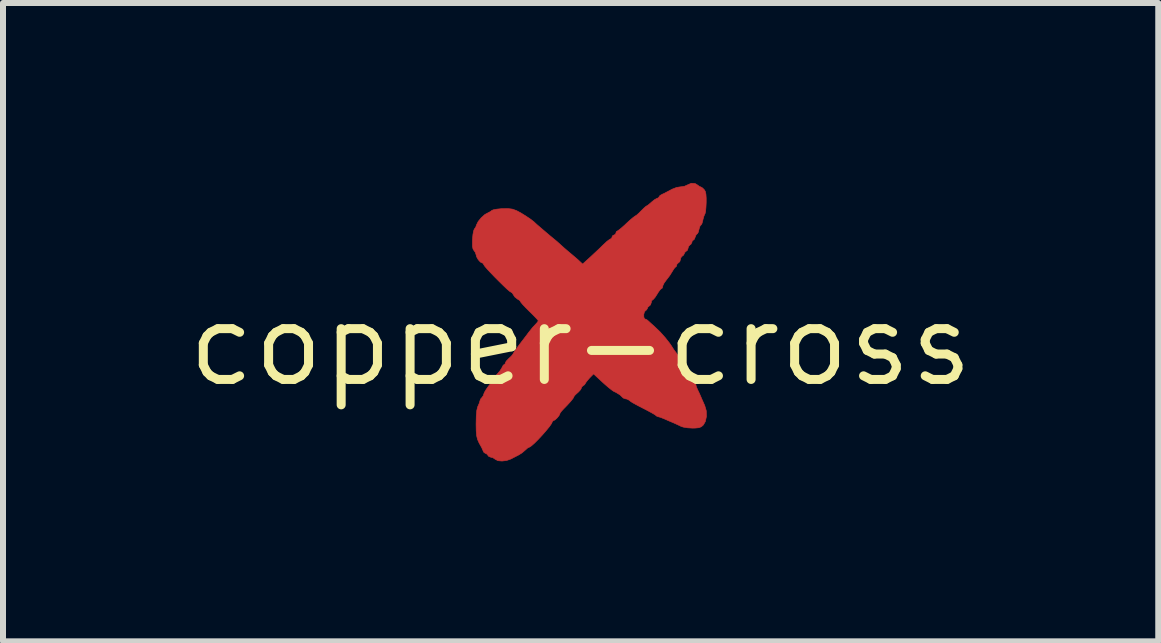
<source format=kicad_pcb>
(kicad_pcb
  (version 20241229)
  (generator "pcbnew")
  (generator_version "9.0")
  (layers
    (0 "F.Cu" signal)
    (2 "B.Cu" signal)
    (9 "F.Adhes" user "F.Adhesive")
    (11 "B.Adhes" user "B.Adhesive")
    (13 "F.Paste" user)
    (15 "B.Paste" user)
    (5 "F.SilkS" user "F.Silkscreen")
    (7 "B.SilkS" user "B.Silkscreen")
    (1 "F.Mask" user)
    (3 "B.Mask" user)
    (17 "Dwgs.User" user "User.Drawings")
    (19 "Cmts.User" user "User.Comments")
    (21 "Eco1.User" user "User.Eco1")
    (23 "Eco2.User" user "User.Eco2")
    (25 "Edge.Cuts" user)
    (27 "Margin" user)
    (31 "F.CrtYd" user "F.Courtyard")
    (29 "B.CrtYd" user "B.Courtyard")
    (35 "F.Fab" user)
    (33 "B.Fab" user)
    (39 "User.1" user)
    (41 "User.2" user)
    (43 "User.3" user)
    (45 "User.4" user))
  (footprint "copper-cross"
    (layer "F.Cu")
    (at 6.629 2.696)
    (property "Reference" "copper-cross" (at 0 0 0) (layer "F.SilkS") (effects (font (size 1.27 1.27) (thickness 0.15))))
    (attr through_hole)
    (fp_poly (pts (xy 1.91 -2.686) (xy 1.949 -2.662) (xy 1.983 -2.637) (xy 2 -2.631) (xy 2.027 -2.617) (xy 2.058 -2.588) (xy 2.078 -2.557) (xy 2.089 -2.512) (xy 2.094 -2.443) (xy 2.094 -2.375) (xy 2.09 -2.292) (xy 2.084 -2.224) (xy 2.075 -2.184) (xy 2.072 -2.179) (xy 2.056 -2.143) (xy 2.04 -2.086) (xy 2.038 -2.075) (xy 2.025 -2.024) (xy 2.01 -1.997) (xy 2.006 -1.996) (xy 1.991 -1.977) (xy 1.976 -1.932) (xy 1.974 -1.922) (xy 1.961 -1.873) (xy 1.945 -1.848) (xy 1.943 -1.848) (xy 1.925 -1.83) (xy 1.911 -1.795) (xy 1.894 -1.755) (xy 1.877 -1.742) (xy 1.859 -1.725) (xy 1.857 -1.709) (xy 1.839 -1.674) (xy 1.825 -1.665) (xy 1.798 -1.636) (xy 1.793 -1.612) (xy 1.779 -1.572) (xy 1.761 -1.559) (xy 1.733 -1.534) (xy 1.73 -1.519) (xy 1.713 -1.489) (xy 1.698 -1.48) (xy 1.672 -1.451) (xy 1.666 -1.424) (xy 1.653 -1.383) (xy 1.634 -1.368) (xy 1.606 -1.342) (xy 1.603 -1.327) (xy 1.593 -1.3) (xy 1.586 -1.297) (xy 1.567 -1.28) (xy 1.539 -1.238) (xy 1.529 -1.221) (xy 1.485 -1.151) (xy 1.434 -1.084) (xy 1.429 -1.078) (xy 1.392 -1.027) (xy 1.371 -0.983) (xy 1.37 -0.974) (xy 1.361 -0.943) (xy 1.351 -0.937) (xy 1.33 -0.921) (xy 1.298 -0.878) (xy 1.276 -0.842) (xy 1.241 -0.788) (xy 1.211 -0.754) (xy 1.2 -0.747) (xy 1.183 -0.729) (xy 1.179 -0.704) (xy 1.165 -0.663) (xy 1.148 -0.649) (xy 1.119 -0.623) (xy 1.116 -0.609) (xy 1.099 -0.579) (xy 1.084 -0.57) (xy 1.064 -0.546) (xy 1.053 -0.503) (xy 1.054 -0.459) (xy 1.066 -0.432) (xy 1.073 -0.429) (xy 1.104 -0.416) (xy 1.133 -0.392) (xy 1.175 -0.353) (xy 1.228 -0.306) (xy 1.234 -0.3) (xy 1.324 -0.214) (xy 1.411 -0.117) (xy 1.485 -0.023) (xy 1.518 0.026) (xy 1.551 0.078) (xy 1.577 0.114) (xy 1.583 0.121) (xy 1.601 0.145) (xy 1.629 0.193) (xy 1.645 0.221) (xy 1.675 0.274) (xy 1.7 0.306) (xy 1.708 0.311) (xy 1.728 0.329) (xy 1.737 0.348) (xy 1.759 0.399) (xy 1.771 0.423) (xy 1.811 0.491) (xy 1.835 0.535) (xy 1.85 0.565) (xy 1.879 0.604) (xy 1.892 0.614) (xy 1.917 0.646) (xy 1.92 0.66) (xy 1.929 0.699) (xy 1.95 0.749) (xy 1.98 0.811) (xy 2.01 0.88) (xy 2.011 0.883) (xy 2.041 0.951) (xy 2.069 1.014) (xy 2.07 1.016) (xy 2.095 1.102) (xy 2.098 1.195) (xy 2.08 1.28) (xy 2.047 1.338) (xy 2.013 1.368) (xy 1.973 1.384) (xy 1.912 1.39) (xy 1.865 1.391) (xy 1.784 1.386) (xy 1.711 1.374) (xy 1.673 1.361) (xy 1.611 1.331) (xy 1.542 1.3) (xy 1.539 1.299) (xy 1.466 1.268) (xy 1.391 1.235) (xy 1.388 1.234) (xy 1.333 1.212) (xy 1.294 1.201) (xy 1.289 1.2) (xy 1.262 1.188) (xy 1.26 1.185) (xy 1.24 1.168) (xy 1.19 1.139) (xy 1.12 1.101) (xy 1.088 1.084) (xy 0.986 1.032) (xy 0.915 0.994) (xy 0.868 0.968) (xy 0.838 0.949) (xy 0.818 0.933) (xy 0.813 0.928) (xy 0.773 0.907) (xy 0.753 0.904) (xy 0.712 0.89) (xy 0.699 0.878) (xy 0.658 0.838) (xy 0.59 0.796) (xy 0.555 0.78) (xy 0.521 0.757) (xy 0.466 0.714) (xy 0.399 0.656) (xy 0.364 0.624) (xy 0.216 0.487) (xy 0.147 0.558) (xy 0.107 0.605) (xy 0.082 0.639) (xy 0.079 0.648) (xy 0.062 0.671) (xy 0.047 0.679) (xy 0.019 0.705) (xy 0.015 0.719) (xy 0 0.75) (xy -0.037 0.79) (xy -0.047 0.799) (xy -0.088 0.836) (xy -0.11 0.863) (xy -0.111 0.867) (xy -0.126 0.896) (xy -0.166 0.946) (xy -0.225 1.011) (xy -0.276 1.063) (xy -0.317 1.107) (xy -0.342 1.141) (xy -0.345 1.15) (xy -0.36 1.183) (xy -0.393 1.223) (xy -0.428 1.255) (xy -0.449 1.264) (xy -0.471 1.28) (xy -0.472 1.287) (xy -0.486 1.318) (xy -0.523 1.37) (xy -0.577 1.436) (xy -0.64 1.508) (xy -0.706 1.579) (xy -0.768 1.641) (xy -0.819 1.686) (xy -0.851 1.708) (xy -0.855 1.708) (xy -0.883 1.722) (xy -0.921 1.756) (xy -0.923 1.758) (xy -0.977 1.804) (xy -1.033 1.839) (xy -1.099 1.873) (xy -1.163 1.906) (xy -1.233 1.931) (xy -1.31 1.94) (xy -1.378 1.934) (xy -1.423 1.911) (xy -1.424 1.91) (xy -1.466 1.882) (xy -1.491 1.878) (xy -1.531 1.863) (xy -1.544 1.846) (xy -1.569 1.818) (xy -1.583 1.814) (xy -1.611 1.797) (xy -1.622 1.777) (xy -1.644 1.726) (xy -1.653 1.708) (xy -1.692 1.639) (xy -1.718 1.58) (xy -1.733 1.518) (xy -1.74 1.442) (xy -1.742 1.339) (xy -1.742 1.314) (xy -1.739 1.187) (xy -1.731 1.097) (xy -1.716 1.037) (xy -1.71 1.023) (xy -1.688 0.973) (xy -1.678 0.936) (xy -1.678 0.936) (xy -1.663 0.901) (xy -1.646 0.883) (xy -1.62 0.846) (xy -1.615 0.825) (xy -1.602 0.793) (xy -1.572 0.743) (xy -1.532 0.687) (xy -1.493 0.639) (xy -1.464 0.612) (xy -1.461 0.611) (xy -1.447 0.587) (xy -1.445 0.575) (xy -1.432 0.542) (xy -1.397 0.497) (xy -1.384 0.483) (xy -1.341 0.432) (xy -1.312 0.385) (xy -1.308 0.376) (xy -1.289 0.341) (xy -1.275 0.333) (xy -1.256 0.316) (xy -1.255 0.305) (xy -1.24 0.275) (xy -1.202 0.235) (xy -1.192 0.226) (xy -1.152 0.188) (xy -1.13 0.161) (xy -1.129 0.158) (xy -1.116 0.135) (xy -1.084 0.087) (xy -1.037 0.022) (xy -1.012 -0.012) (xy -0.953 -0.089) (xy -0.898 -0.161) (xy -0.857 -0.216) (xy -0.847 -0.228) (xy -0.801 -0.286) (xy -0.753 -0.337) (xy -0.752 -0.338) (xy -0.719 -0.375) (xy -0.705 -0.398) (xy -0.705 -0.398) (xy -0.719 -0.418) (xy -0.757 -0.459) (xy -0.813 -0.516) (xy -0.853 -0.555) (xy -0.916 -0.618) (xy -0.966 -0.671) (xy -0.996 -0.707) (xy -1.001 -0.718) (xy -1.018 -0.74) (xy -1.049 -0.758) (xy -1.095 -0.794) (xy -1.117 -0.826) (xy -1.14 -0.863) (xy -1.158 -0.874) (xy -1.181 -0.888) (xy -1.227 -0.927) (xy -1.287 -0.984) (xy -1.357 -1.053) (xy -1.43 -1.126) (xy -1.498 -1.197) (xy -1.556 -1.259) (xy -1.597 -1.307) (xy -1.614 -1.333) (xy -1.614 -1.334) (xy -1.629 -1.359) (xy -1.638 -1.361) (xy -1.671 -1.378) (xy -1.707 -1.418) (xy -1.734 -1.466) (xy -1.741 -1.495) (xy -1.756 -1.54) (xy -1.776 -1.567) (xy -1.794 -1.596) (xy -1.803 -1.642) (xy -1.803 -1.715) (xy -1.802 -1.757) (xy -1.795 -1.835) (xy -1.784 -1.895) (xy -1.772 -1.927) (xy -1.771 -1.928) (xy -1.749 -1.958) (xy -1.735 -1.998) (xy -1.707 -2.054) (xy -1.656 -2.116) (xy -1.596 -2.17) (xy -1.542 -2.199) (xy -1.5 -2.221) (xy -1.483 -2.236) (xy -1.456 -2.248) (xy -1.399 -2.259) (xy -1.322 -2.267) (xy -1.311 -2.267) (xy -1.211 -2.269) (xy -1.138 -2.26) (xy -1.076 -2.238) (xy -1.072 -2.237) (xy -0.997 -2.197) (xy -0.913 -2.145) (xy -0.834 -2.092) (xy -0.775 -2.046) (xy -0.768 -2.039) (xy -0.728 -2.002) (xy -0.665 -1.948) (xy -0.589 -1.883) (xy -0.51 -1.816) (xy -0.458 -1.773) (xy -0.396 -1.722) (xy -0.338 -1.67) (xy -0.324 -1.657) (xy -0.275 -1.613) (xy -0.211 -1.558) (xy -0.174 -1.527) (xy -0.11 -1.473) (xy -0.049 -1.421) (xy -0.023 -1.397) (xy 0.034 -1.344) (xy 0.165 -1.463) (xy 0.241 -1.534) (xy 0.319 -1.607) (xy 0.382 -1.669) (xy 0.387 -1.673) (xy 0.438 -1.721) (xy 0.481 -1.753) (xy 0.5 -1.763) (xy 0.521 -1.78) (xy 0.523 -1.795) (xy 0.54 -1.823) (xy 0.555 -1.826) (xy 0.583 -1.843) (xy 0.587 -1.858) (xy 0.597 -1.886) (xy 0.605 -1.89) (xy 0.628 -1.904) (xy 0.674 -1.94) (xy 0.733 -1.992) (xy 0.759 -2.017) (xy 0.821 -2.074) (xy 0.872 -2.117) (xy 0.904 -2.141) (xy 0.909 -2.144) (xy 0.932 -2.158) (xy 0.973 -2.194) (xy 1.007 -2.229) (xy 1.054 -2.275) (xy 1.089 -2.306) (xy 1.101 -2.313) (xy 1.123 -2.326) (xy 1.163 -2.359) (xy 1.183 -2.377) (xy 1.231 -2.416) (xy 1.27 -2.438) (xy 1.279 -2.44) (xy 1.304 -2.454) (xy 1.306 -2.462) (xy 1.323 -2.486) (xy 1.354 -2.504) (xy 1.405 -2.528) (xy 1.433 -2.543) (xy 1.528 -2.593) (xy 1.6 -2.621) (xy 1.661 -2.631) (xy 1.669 -2.631) (xy 1.732 -2.641) (xy 1.781 -2.663) (xy 1.845 -2.691) (xy 1.91 -2.686)) (stroke (width 0.01) (type solid)) (fill yes) (layer "F.Cu"))
    (fp_poly (pts (xy 1.91 -2.686) (xy 1.949 -2.662) (xy 1.983 -2.637) (xy 2 -2.631) (xy 2.027 -2.617) (xy 2.058 -2.588) (xy 2.078 -2.557) (xy 2.089 -2.512) (xy 2.094 -2.443) (xy 2.094 -2.375) (xy 2.09 -2.292) (xy 2.084 -2.224) (xy 2.075 -2.184) (xy 2.072 -2.179) (xy 2.056 -2.143) (xy 2.04 -2.086) (xy 2.038 -2.075) (xy 2.025 -2.024) (xy 2.01 -1.997) (xy 2.006 -1.996) (xy 1.991 -1.977) (xy 1.976 -1.932) (xy 1.974 -1.922) (xy 1.961 -1.873) (xy 1.945 -1.848) (xy 1.943 -1.848) (xy 1.925 -1.83) (xy 1.911 -1.795) (xy 1.894 -1.755) (xy 1.877 -1.742) (xy 1.859 -1.725) (xy 1.857 -1.709) (xy 1.839 -1.674) (xy 1.825 -1.665) (xy 1.798 -1.636) (xy 1.793 -1.612) (xy 1.779 -1.572) (xy 1.761 -1.559) (xy 1.733 -1.534) (xy 1.73 -1.519) (xy 1.713 -1.489) (xy 1.698 -1.48) (xy 1.672 -1.451) (xy 1.666 -1.424) (xy 1.653 -1.383) (xy 1.634 -1.368) (xy 1.606 -1.342) (xy 1.603 -1.327) (xy 1.593 -1.3) (xy 1.586 -1.297) (xy 1.567 -1.28) (xy 1.539 -1.238) (xy 1.529 -1.221) (xy 1.485 -1.151) (xy 1.434 -1.084) (xy 1.429 -1.078) (xy 1.392 -1.027) (xy 1.371 -0.983) (xy 1.37 -0.974) (xy 1.361 -0.943) (xy 1.351 -0.937) (xy 1.33 -0.921) (xy 1.298 -0.878) (xy 1.276 -0.842) (xy 1.241 -0.788) (xy 1.211 -0.754) (xy 1.2 -0.747) (xy 1.183 -0.729) (xy 1.179 -0.704) (xy 1.165 -0.663) (xy 1.148 -0.649) (xy 1.119 -0.623) (xy 1.116 -0.609) (xy 1.099 -0.579) (xy 1.084 -0.57) (xy 1.064 -0.546) (xy 1.053 -0.503) (xy 1.054 -0.459) (xy 1.066 -0.432) (xy 1.073 -0.429) (xy 1.104 -0.416) (xy 1.133 -0.392) (xy 1.175 -0.353) (xy 1.228 -0.306) (xy 1.234 -0.3) (xy 1.324 -0.214) (xy 1.411 -0.117) (xy 1.485 -0.023) (xy 1.518 0.026) (xy 1.551 0.078) (xy 1.577 0.114) (xy 1.583 0.121) (xy 1.601 0.145) (xy 1.629 0.193) (xy 1.645 0.221) (xy 1.675 0.274) (xy 1.7 0.306) (xy 1.708 0.311) (xy 1.728 0.329) (xy 1.737 0.348) (xy 1.759 0.399) (xy 1.771 0.423) (xy 1.811 0.491) (xy 1.835 0.535) (xy 1.85 0.565) (xy 1.879 0.604) (xy 1.892 0.614) (xy 1.917 0.646) (xy 1.92 0.66) (xy 1.929 0.699) (xy 1.95 0.749) (xy 1.98 0.811) (xy 2.01 0.88) (xy 2.011 0.883) (xy 2.041 0.951) (xy 2.069 1.014) (xy 2.07 1.016) (xy 2.095 1.102) (xy 2.098 1.195) (xy 2.08 1.28) (xy 2.047 1.338) (xy 2.013 1.368) (xy 1.973 1.384) (xy 1.912 1.39) (xy 1.865 1.391) (xy 1.784 1.386) (xy 1.711 1.374) (xy 1.673 1.361) (xy 1.611 1.331) (xy 1.542 1.3) (xy 1.539 1.299) (xy 1.466 1.268) (xy 1.391 1.235) (xy 1.388 1.234) (xy 1.333 1.212) (xy 1.294 1.201) (xy 1.289 1.2) (xy 1.262 1.188) (xy 1.26 1.185) (xy 1.24 1.168) (xy 1.19 1.139) (xy 1.12 1.101) (xy 1.088 1.084) (xy 0.986 1.032) (xy 0.915 0.994) (xy 0.868 0.968) (xy 0.838 0.949) (xy 0.818 0.933) (xy 0.813 0.928) (xy 0.773 0.907) (xy 0.753 0.904) (xy 0.712 0.89) (xy 0.699 0.878) (xy 0.658 0.838) (xy 0.59 0.796) (xy 0.555 0.78) (xy 0.521 0.757) (xy 0.466 0.714) (xy 0.399 0.656) (xy 0.364 0.624) (xy 0.216 0.487) (xy 0.147 0.558) (xy 0.107 0.605) (xy 0.082 0.639) (xy 0.079 0.648) (xy 0.062 0.671) (xy 0.047 0.679) (xy 0.019 0.705) (xy 0.015 0.719) (xy 0 0.75) (xy -0.037 0.79) (xy -0.047 0.799) (xy -0.088 0.836) (xy -0.11 0.863) (xy -0.111 0.867) (xy -0.126 0.896) (xy -0.166 0.946) (xy -0.225 1.011) (xy -0.276 1.063) (xy -0.317 1.107) (xy -0.342 1.141) (xy -0.345 1.15) (xy -0.36 1.183) (xy -0.393 1.223) (xy -0.428 1.255) (xy -0.449 1.264) (xy -0.471 1.28) (xy -0.472 1.287) (xy -0.486 1.318) (xy -0.523 1.37) (xy -0.577 1.436) (xy -0.64 1.508) (xy -0.706 1.579) (xy -0.768 1.641) (xy -0.819 1.686) (xy -0.851 1.708) (xy -0.855 1.708) (xy -0.883 1.722) (xy -0.921 1.756) (xy -0.923 1.758) (xy -0.977 1.804) (xy -1.033 1.839) (xy -1.099 1.873) (xy -1.163 1.906) (xy -1.233 1.931) (xy -1.31 1.94) (xy -1.378 1.934) (xy -1.423 1.911) (xy -1.424 1.91) (xy -1.466 1.882) (xy -1.491 1.878) (xy -1.531 1.863) (xy -1.544 1.846) (xy -1.569 1.818) (xy -1.583 1.814) (xy -1.611 1.797) (xy -1.622 1.777) (xy -1.644 1.726) (xy -1.653 1.708) (xy -1.692 1.639) (xy -1.718 1.58) (xy -1.733 1.518) (xy -1.74 1.442) (xy -1.742 1.339) (xy -1.742 1.314) (xy -1.739 1.187) (xy -1.731 1.097) (xy -1.716 1.037) (xy -1.71 1.023) (xy -1.688 0.973) (xy -1.678 0.936) (xy -1.678 0.936) (xy -1.663 0.901) (xy -1.646 0.883) (xy -1.62 0.846) (xy -1.615 0.825) (xy -1.602 0.793) (xy -1.572 0.743) (xy -1.532 0.687) (xy -1.493 0.639) (xy -1.464 0.612) (xy -1.461 0.611) (xy -1.447 0.587) (xy -1.445 0.575) (xy -1.432 0.542) (xy -1.397 0.497) (xy -1.384 0.483) (xy -1.341 0.432) (xy -1.312 0.385) (xy -1.308 0.376) (xy -1.289 0.341) (xy -1.275 0.333) (xy -1.256 0.316) (xy -1.255 0.305) (xy -1.24 0.275) (xy -1.202 0.235) (xy -1.192 0.226) (xy -1.152 0.188) (xy -1.13 0.161) (xy -1.129 0.158) (xy -1.116 0.135) (xy -1.084 0.087) (xy -1.037 0.022) (xy -1.012 -0.012) (xy -0.953 -0.089) (xy -0.898 -0.161) (xy -0.857 -0.216) (xy -0.847 -0.228) (xy -0.801 -0.286) (xy -0.753 -0.337) (xy -0.752 -0.338) (xy -0.719 -0.375) (xy -0.705 -0.398) (xy -0.705 -0.398) (xy -0.719 -0.418) (xy -0.757 -0.459) (xy -0.813 -0.516) (xy -0.853 -0.555) (xy -0.916 -0.618) (xy -0.966 -0.671) (xy -0.996 -0.707) (xy -1.001 -0.718) (xy -1.018 -0.74) (xy -1.049 -0.758) (xy -1.095 -0.794) (xy -1.117 -0.826) (xy -1.14 -0.863) (xy -1.158 -0.874) (xy -1.181 -0.888) (xy -1.227 -0.927) (xy -1.287 -0.984) (xy -1.357 -1.053) (xy -1.43 -1.126) (xy -1.498 -1.197) (xy -1.556 -1.259) (xy -1.597 -1.307) (xy -1.614 -1.333) (xy -1.614 -1.334) (xy -1.629 -1.359) (xy -1.638 -1.361) (xy -1.671 -1.378) (xy -1.707 -1.418) (xy -1.734 -1.466) (xy -1.741 -1.495) (xy -1.756 -1.54) (xy -1.776 -1.567) (xy -1.794 -1.596) (xy -1.803 -1.642) (xy -1.803 -1.715) (xy -1.802 -1.757) (xy -1.795 -1.835) (xy -1.784 -1.895) (xy -1.772 -1.927) (xy -1.771 -1.928) (xy -1.749 -1.958) (xy -1.735 -1.998) (xy -1.707 -2.054) (xy -1.656 -2.116) (xy -1.596 -2.17) (xy -1.542 -2.199) (xy -1.5 -2.221) (xy -1.483 -2.236) (xy -1.456 -2.248) (xy -1.399 -2.259) (xy -1.322 -2.267) (xy -1.311 -2.267) (xy -1.211 -2.269) (xy -1.138 -2.26) (xy -1.076 -2.238) (xy -1.072 -2.237) (xy -0.997 -2.197) (xy -0.913 -2.145) (xy -0.834 -2.092) (xy -0.775 -2.046) (xy -0.768 -2.039) (xy -0.728 -2.002) (xy -0.665 -1.948) (xy -0.589 -1.883) (xy -0.51 -1.816) (xy -0.458 -1.773) (xy -0.396 -1.722) (xy -0.338 -1.67) (xy -0.324 -1.657) (xy -0.275 -1.613) (xy -0.211 -1.558) (xy -0.174 -1.527) (xy -0.11 -1.473) (xy -0.049 -1.421) (xy -0.023 -1.397) (xy 0.034 -1.344) (xy 0.165 -1.463) (xy 0.241 -1.534) (xy 0.319 -1.607) (xy 0.382 -1.669) (xy 0.387 -1.673) (xy 0.438 -1.721) (xy 0.481 -1.753) (xy 0.5 -1.763) (xy 0.521 -1.78) (xy 0.523 -1.795) (xy 0.54 -1.823) (xy 0.555 -1.826) (xy 0.583 -1.843) (xy 0.587 -1.858) (xy 0.597 -1.886) (xy 0.605 -1.89) (xy 0.628 -1.904) (xy 0.674 -1.94) (xy 0.733 -1.992) (xy 0.759 -2.017) (xy 0.821 -2.074) (xy 0.872 -2.117) (xy 0.904 -2.141) (xy 0.909 -2.144) (xy 0.932 -2.158) (xy 0.973 -2.194) (xy 1.007 -2.229) (xy 1.054 -2.275) (xy 1.089 -2.306) (xy 1.101 -2.313) (xy 1.123 -2.326) (xy 1.163 -2.359) (xy 1.183 -2.377) (xy 1.231 -2.416) (xy 1.27 -2.438) (xy 1.279 -2.44) (xy 1.304 -2.454) (xy 1.306 -2.462) (xy 1.323 -2.486) (xy 1.354 -2.504) (xy 1.405 -2.528) (xy 1.433 -2.543) (xy 1.528 -2.593) (xy 1.6 -2.621) (xy 1.661 -2.631) (xy 1.669 -2.631) (xy 1.732 -2.641) (xy 1.781 -2.663) (xy 1.845 -2.691) (xy 1.91 -2.686)) (stroke (width 0.01) (type solid)) (fill yes) (layer "F.Mask")))
  (gr_rect
    (start -3 -3)
    (end 16.259 7.641)
    (stroke (width 0.1) (type default))
    (fill no)
    (layer "Edge.Cuts")))
</source>
